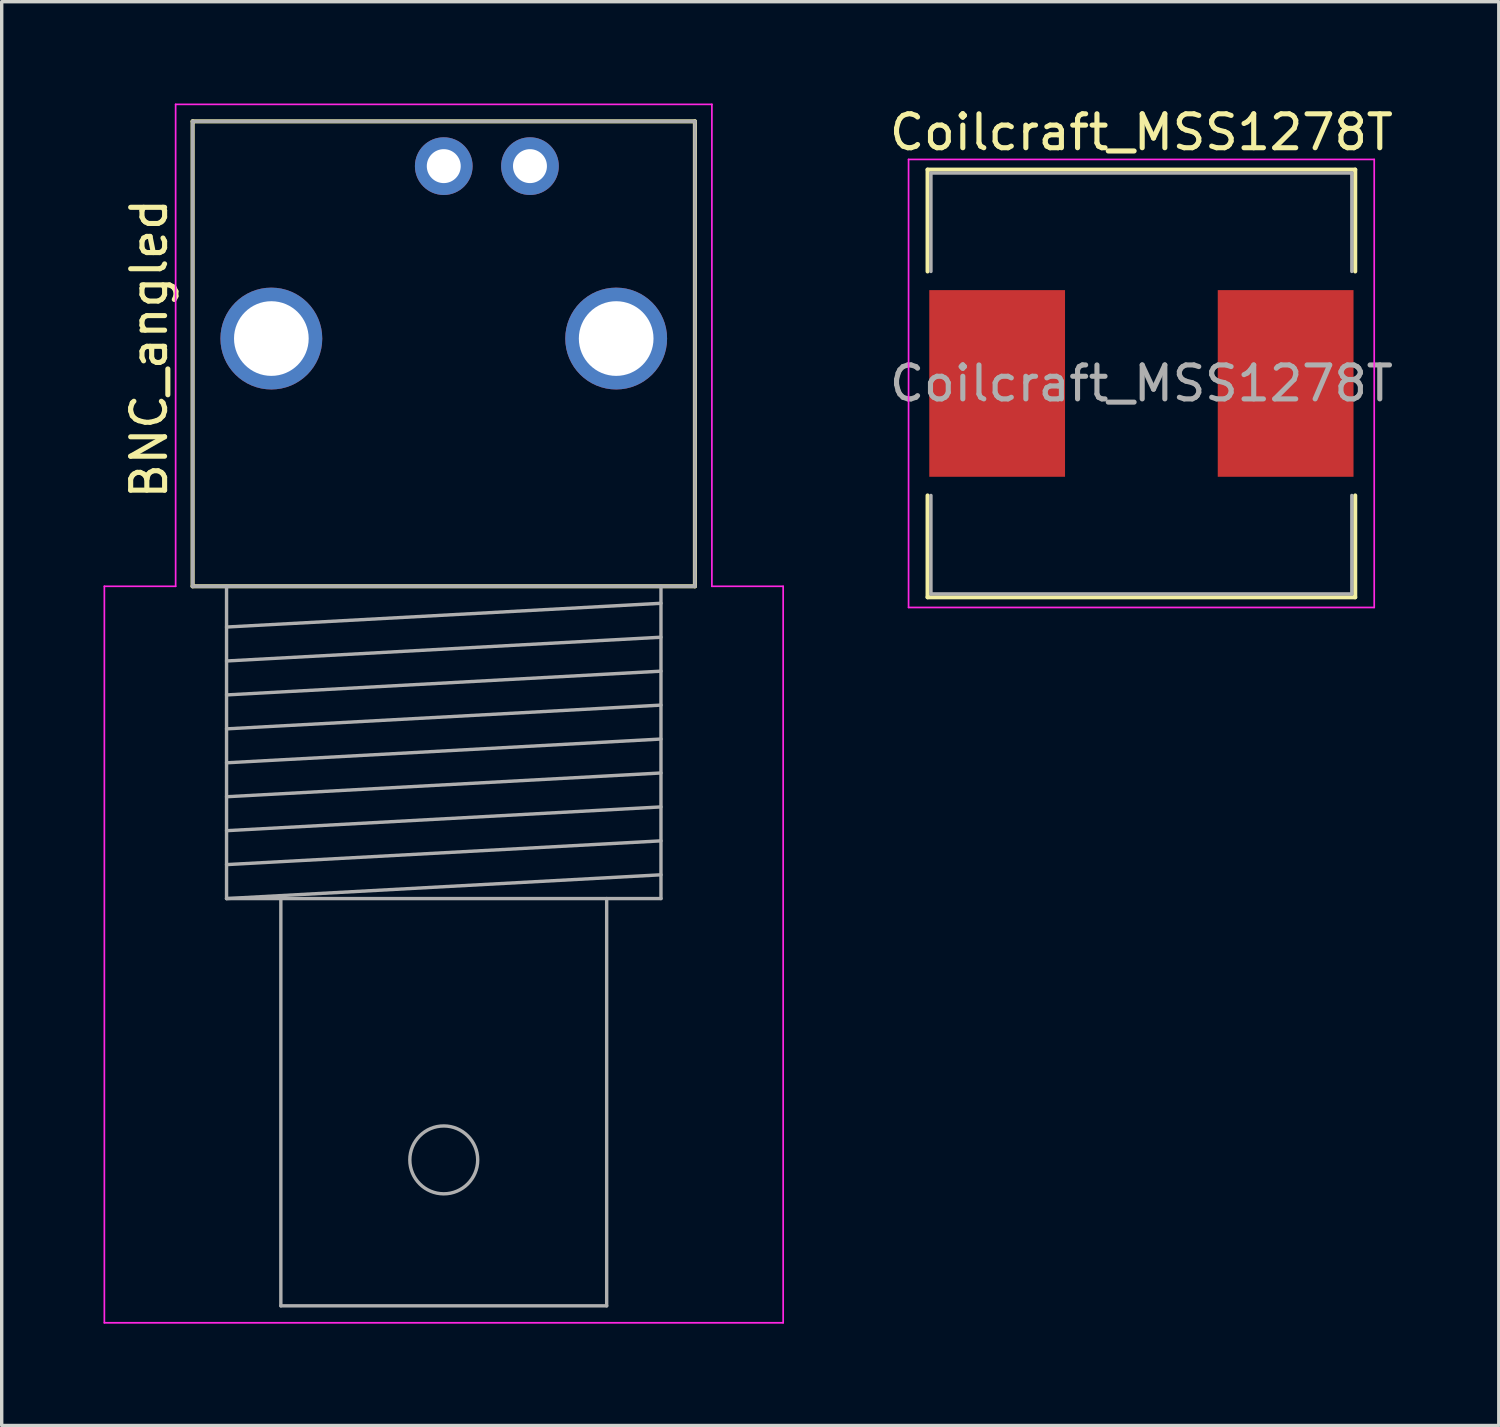
<source format=kicad_pcb>
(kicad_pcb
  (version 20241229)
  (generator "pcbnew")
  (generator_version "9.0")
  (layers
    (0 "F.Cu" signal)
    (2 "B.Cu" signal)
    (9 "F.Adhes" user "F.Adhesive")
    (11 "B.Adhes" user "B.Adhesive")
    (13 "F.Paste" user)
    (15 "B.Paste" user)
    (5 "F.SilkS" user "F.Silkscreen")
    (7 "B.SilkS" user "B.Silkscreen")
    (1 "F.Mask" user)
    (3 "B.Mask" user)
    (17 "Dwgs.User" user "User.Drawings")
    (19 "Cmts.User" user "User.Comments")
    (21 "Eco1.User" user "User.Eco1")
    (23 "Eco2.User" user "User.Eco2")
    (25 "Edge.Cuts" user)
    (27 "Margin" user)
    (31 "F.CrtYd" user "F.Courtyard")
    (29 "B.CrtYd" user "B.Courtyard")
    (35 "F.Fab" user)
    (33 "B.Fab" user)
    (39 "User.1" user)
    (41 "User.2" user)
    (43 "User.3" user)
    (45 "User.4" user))
  (footprint "BNC_angled"
    (layer "F.Cu")
    (at 10.025 14.225)
    (property "Reference" "BNC_angled" (at -8.68 -7 90) (layer "F.SilkS") (effects (font (size 1 1) (thickness 0.15))))
    (attr through_hole)
    (fp_line (start -7.4 -13.7) (end -7.4 0) (stroke (width 0.12) (type solid)) (layer "F.SilkS"))
    (fp_line (start -7.4 -13.7) (end 7.4 -13.7) (stroke (width 0.12) (type solid)) (layer "F.SilkS"))
    (fp_line (start -7.4 0) (end 7.4 0) (stroke (width 0.12) (type solid)) (layer "F.SilkS"))
    (fp_line (start 7.4 0) (end 7.4 -13.7) (stroke (width 0.12) (type solid)) (layer "F.SilkS"))
    (fp_line (start -10 0) (end -7.9 0) (stroke (width 0.05) (type solid)) (layer "F.CrtYd"))
    (fp_line (start -10 21.7) (end -10 0) (stroke (width 0.05) (type solid)) (layer "F.CrtYd"))
    (fp_line (start -7.9 -14.2) (end -7.9 0) (stroke (width 0.05) (type solid)) (layer "F.CrtYd"))
    (fp_line (start -7.9 -14.2) (end 7.9 -14.2) (stroke (width 0.05) (type solid)) (layer "F.CrtYd"))
    (fp_line (start 7.9 -14.2) (end 7.9 0) (stroke (width 0.05) (type solid)) (layer "F.CrtYd"))
    (fp_line (start 7.9 0) (end 10 0) (stroke (width 0.05) (type solid)) (layer "F.CrtYd"))
    (fp_line (start 10 0) (end 10 21.7) (stroke (width 0.05) (type solid)) (layer "F.CrtYd"))
    (fp_line (start 10 21.7) (end -10 21.7) (stroke (width 0.05) (type solid)) (layer "F.CrtYd"))
    (fp_line (start -7.4 -13.7) (end -7.4 0) (stroke (width 0.1) (type solid)) (layer "F.Fab"))
    (fp_line (start -7.4 0) (end 7.4 0) (stroke (width 0.1) (type solid)) (layer "F.Fab"))
    (fp_line (start -6.4 1.2) (end 6.4 0.5) (stroke (width 0.1) (type solid)) (layer "F.Fab"))
    (fp_line (start -6.4 2.2) (end 6.4 1.5) (stroke (width 0.1) (type solid)) (layer "F.Fab"))
    (fp_line (start -6.4 3.2) (end 6.4 2.5) (stroke (width 0.1) (type solid)) (layer "F.Fab"))
    (fp_line (start -6.4 4.2) (end 6.4 3.5) (stroke (width 0.1) (type solid)) (layer "F.Fab"))
    (fp_line (start -6.4 5.2) (end 6.4 4.5) (stroke (width 0.1) (type solid)) (layer "F.Fab"))
    (fp_line (start -6.4 6.2) (end 6.4 5.5) (stroke (width 0.1) (type solid)) (layer "F.Fab"))
    (fp_line (start -6.4 7.2) (end 6.4 6.5) (stroke (width 0.1) (type solid)) (layer "F.Fab"))
    (fp_line (start -6.4 8.2) (end 6.4 7.5) (stroke (width 0.1) (type solid)) (layer "F.Fab"))
    (fp_line (start -6.4 9.2) (end -6.4 0) (stroke (width 0.1) (type solid)) (layer "F.Fab"))
    (fp_line (start -6.4 9.2) (end 6.4 8.5) (stroke (width 0.1) (type solid)) (layer "F.Fab"))
    (fp_line (start -6.4 9.2) (end 6.4 9.2) (stroke (width 0.1) (type solid)) (layer "F.Fab"))
    (fp_line (start -4.8 21.2) (end -4.8 9.2) (stroke (width 0.1) (type solid)) (layer "F.Fab"))
    (fp_line (start -4.8 21.2) (end 4.8 21.2) (stroke (width 0.1) (type solid)) (layer "F.Fab"))
    (fp_line (start 4.8 21.2) (end 4.8 9.2) (stroke (width 0.1) (type solid)) (layer "F.Fab"))
    (fp_line (start 6.4 9.2) (end 6.4 0) (stroke (width 0.1) (type solid)) (layer "F.Fab"))
    (fp_line (start 7.4 -13.7) (end -7.4 -13.7) (stroke (width 0.1) (type solid)) (layer "F.Fab"))
    (fp_line (start 7.4 0) (end 7.4 -13.7) (stroke (width 0.1) (type solid)) (layer "F.Fab"))
    (fp_circle (center 0 16.9) (end 1 16.9) (stroke (width 0.1) (type solid)) (fill no) (layer "F.Fab"))
    (pad "" thru_hole circle (at -5.08 -7.3) (size 3 3) (drill 2.2) (layers "*.Cu" "*.Mask"))
    (pad "" thru_hole circle (at 5.08 -7.3) (size 3 3) (drill 2.2) (layers "*.Cu" "*.Mask"))
    (pad "1" thru_hole circle (at 0 -12.38) (size 1.7 1.7) (drill 1) (layers "*.Cu" "*.Mask"))
    (pad "2" thru_hole circle (at 2.54 -12.38) (size 1.7 1.7) (drill 1) (layers "*.Cu" "*.Mask")))
  (footprint "Coilcraft_MSS1278T"
    (layer "F.Cu")
    (at 30.58 8.248)
    (property "Reference" "Coilcraft_MSS1278T" (at 0 -7.4 0) (layer "F.SilkS") (effects (font (size 1 1) (thickness 0.15))))
    (attr smd)
    (fp_line (start -6.3 -6.3) (end 6.3 -6.3) (stroke (width 0.12) (type solid)) (layer "F.SilkS"))
    (fp_line (start -6.3 -3.3) (end -6.3 -6.3) (stroke (width 0.12) (type solid)) (layer "F.SilkS"))
    (fp_line (start -6.3 6.3) (end -6.3 3.3) (stroke (width 0.12) (type solid)) (layer "F.SilkS"))
    (fp_line (start 6.3 -6.3) (end 6.3 -3.3) (stroke (width 0.12) (type solid)) (layer "F.SilkS"))
    (fp_line (start 6.3 3.3) (end 6.3 6.3) (stroke (width 0.12) (type solid)) (layer "F.SilkS"))
    (fp_line (start 6.3 6.3) (end -6.3 6.3) (stroke (width 0.12) (type solid)) (layer "F.SilkS"))
    (fp_line (start -6.86 -6.6) (end 6.86 -6.6) (stroke (width 0.05) (type solid)) (layer "F.CrtYd"))
    (fp_line (start -6.86 6.6) (end -6.86 -6.6) (stroke (width 0.05) (type solid)) (layer "F.CrtYd"))
    (fp_line (start 6.86 -6.6) (end 6.86 6.6) (stroke (width 0.05) (type solid)) (layer "F.CrtYd"))
    (fp_line (start 6.86 6.6) (end -6.86 6.6) (stroke (width 0.05) (type solid)) (layer "F.CrtYd"))
    (fp_line (start -6.2 -6.2) (end -6.2 -3.3) (stroke (width 0.1) (type solid)) (layer "F.Fab"))
    (fp_line (start -6.2 3.3) (end -6.2 6.2) (stroke (width 0.1) (type solid)) (layer "F.Fab"))
    (fp_line (start -6.2 6.2) (end 6.2 6.2) (stroke (width 0.1) (type solid)) (layer "F.Fab"))
    (fp_line (start 6.2 -6.2) (end -6.2 -6.2) (stroke (width 0.1) (type solid)) (layer "F.Fab"))
    (fp_line (start 6.2 -6.2) (end 6.2 -3.3) (stroke (width 0.1) (type solid)) (layer "F.Fab"))
    (fp_line (start 6.2 6.2) (end 6.2 3.3) (stroke (width 0.1) (type solid)) (layer "F.Fab"))
    (fp_text user "${REFERENCE}" (at 0 0 0) (layer "F.Fab") (effects (font (size 1 1) (thickness 0.15))))
    (pad "1" smd rect (at -4.25 0) (size 4 5.5) (layers "F.Cu" "F.Mask" "F.Paste"))
    (pad "2" smd rect (at 4.25 0) (size 4 5.5) (layers "F.Cu" "F.Mask" "F.Paste")))
  (gr_rect
    (start -3 -3)
    (end 41.11 38.95)
    (stroke (width 0.1) (type default))
    (fill no)
    (layer "Edge.Cuts")))
</source>
